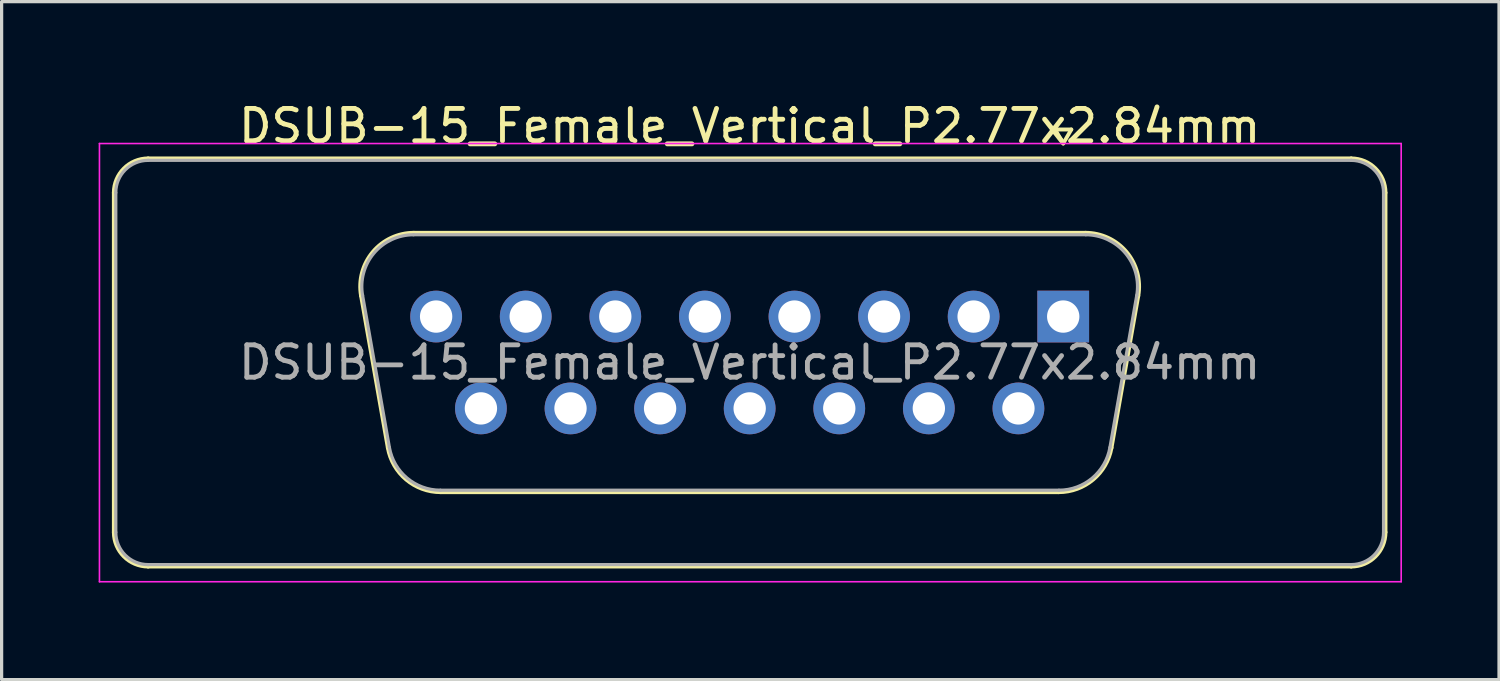
<source format=kicad_pcb>
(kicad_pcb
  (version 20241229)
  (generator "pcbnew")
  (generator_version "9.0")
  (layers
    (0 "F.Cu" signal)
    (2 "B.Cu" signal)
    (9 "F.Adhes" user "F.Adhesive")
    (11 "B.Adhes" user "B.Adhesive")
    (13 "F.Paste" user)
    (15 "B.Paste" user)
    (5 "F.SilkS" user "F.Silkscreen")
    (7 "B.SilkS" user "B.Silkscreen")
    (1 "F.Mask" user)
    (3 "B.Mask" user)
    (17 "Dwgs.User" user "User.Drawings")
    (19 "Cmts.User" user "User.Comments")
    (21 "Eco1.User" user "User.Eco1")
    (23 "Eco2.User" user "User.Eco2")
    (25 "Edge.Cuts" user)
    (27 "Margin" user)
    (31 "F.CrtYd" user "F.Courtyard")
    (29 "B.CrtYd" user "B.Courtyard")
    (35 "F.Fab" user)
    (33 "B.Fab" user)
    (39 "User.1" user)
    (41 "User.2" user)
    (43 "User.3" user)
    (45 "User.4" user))
  (footprint "DSUB-15_Female_Vertical_P2.77x2.84mm"
    (layer "F.Cu")
    (at 29.825 6.738)
    (property "Reference" "DSUB-15_Female_Vertical_P2.77x2.84mm" (at -9.695 -5.89 0) (layer "F.SilkS") (effects (font (size 1 1) (thickness 0.15))))
    (attr through_hole)
    (fp_line (start -29.355 6.67) (end -29.355 -3.83) (stroke (width 0.12) (type solid)) (layer "F.SilkS"))
    (fp_line (start -28.295 -4.89) (end 8.905 -4.89) (stroke (width 0.12) (type solid)) (layer "F.SilkS"))
    (fp_line (start -21.711 -0.642) (end -20.883 4.058) (stroke (width 0.12) (type solid)) (layer "F.SilkS"))
    (fp_line (start -20.077 -2.59) (end 0.687 -2.59) (stroke (width 0.12) (type solid)) (layer "F.SilkS"))
    (fp_line (start -19.248 5.43) (end -0.142 5.43) (stroke (width 0.12) (type solid)) (layer "F.SilkS"))
    (fp_line (start -0.25 -5.784) (end 0.25 -5.784) (stroke (width 0.12) (type solid)) (layer "F.SilkS"))
    (fp_line (start 0 -5.351) (end -0.25 -5.784) (stroke (width 0.12) (type solid)) (layer "F.SilkS"))
    (fp_line (start 0.25 -5.784) (end 0 -5.351) (stroke (width 0.12) (type solid)) (layer "F.SilkS"))
    (fp_line (start 2.321 -0.642) (end 1.493 4.058) (stroke (width 0.12) (type solid)) (layer "F.SilkS"))
    (fp_line (start 8.905 7.73) (end -28.295 7.73) (stroke (width 0.12) (type solid)) (layer "F.SilkS"))
    (fp_line (start 9.965 -3.83) (end 9.965 6.67) (stroke (width 0.12) (type solid)) (layer "F.SilkS"))
    (fp_arc (start -29.355 -3.83) (mid -29.044533 -4.579533) (end -28.295 -4.89) (stroke (width 0.12) (type solid)) (layer "F.SilkS"))
    (fp_arc (start -28.295 7.73) (mid -29.044533 7.419533) (end -29.355 6.67) (stroke (width 0.12) (type solid)) (layer "F.SilkS"))
    (fp_arc (start -21.71147 -0.641744) (mid -21.348323 -1.997028) (end -20.076689 -2.59) (stroke (width 0.12) (type solid)) (layer "F.SilkS"))
    (fp_arc (start -19.247952 5.43) (mid -20.314979 5.041634) (end -20.882733 4.058256) (stroke (width 0.12) (type solid)) (layer "F.SilkS"))
    (fp_arc (start 0.686689 -2.59) (mid 1.958323 -1.997027) (end 2.32147 -0.641744) (stroke (width 0.12) (type solid)) (layer "F.SilkS"))
    (fp_arc (start 1.492733 4.058256) (mid 0.92498 5.041634) (end -0.142048 5.43) (stroke (width 0.12) (type solid)) (layer "F.SilkS"))
    (fp_arc (start 8.905 -4.89) (mid 9.654533 -4.579533) (end 9.965 -3.83) (stroke (width 0.12) (type solid)) (layer "F.SilkS"))
    (fp_arc (start 9.965 6.67) (mid 9.654533 7.419533) (end 8.905 7.73) (stroke (width 0.12) (type solid)) (layer "F.SilkS"))
    (fp_line (start -29.8 -5.35) (end -29.8 8.2) (stroke (width 0.05) (type solid)) (layer "F.CrtYd"))
    (fp_line (start -29.8 8.2) (end 10.45 8.2) (stroke (width 0.05) (type solid)) (layer "F.CrtYd"))
    (fp_line (start 10.45 -5.35) (end -29.8 -5.35) (stroke (width 0.05) (type solid)) (layer "F.CrtYd"))
    (fp_line (start 10.45 8.2) (end 10.45 -5.35) (stroke (width 0.05) (type solid)) (layer "F.CrtYd"))
    (fp_line (start -29.295 6.67) (end -29.295 -3.83) (stroke (width 0.1) (type solid)) (layer "F.Fab"))
    (fp_line (start -28.295 -4.83) (end 8.905 -4.83) (stroke (width 0.1) (type solid)) (layer "F.Fab"))
    (fp_line (start -21.664 -0.652) (end -20.835 4.048) (stroke (width 0.1) (type solid)) (layer "F.Fab"))
    (fp_line (start -20.088 -2.53) (end 0.698 -2.53) (stroke (width 0.1) (type solid)) (layer "F.Fab"))
    (fp_line (start -19.259 5.37) (end -0.131 5.37) (stroke (width 0.1) (type solid)) (layer "F.Fab"))
    (fp_line (start 2.274 -0.652) (end 1.445 4.048) (stroke (width 0.1) (type solid)) (layer "F.Fab"))
    (fp_line (start 8.905 7.67) (end -28.295 7.67) (stroke (width 0.1) (type solid)) (layer "F.Fab"))
    (fp_line (start 9.905 -3.83) (end 9.905 6.67) (stroke (width 0.1) (type solid)) (layer "F.Fab"))
    (fp_arc (start -29.295 -3.83) (mid -29.002107 -4.537107) (end -28.295 -4.83) (stroke (width 0.1) (type solid)) (layer "F.Fab"))
    (fp_arc (start -28.295 7.67) (mid -29.002107 7.377107) (end -29.295 6.67) (stroke (width 0.1) (type solid)) (layer "F.Fab"))
    (fp_arc (start -21.663886 -0.652163) (mid -21.313865 -1.95846) (end -20.088194 -2.53) (stroke (width 0.1) (type solid)) (layer "F.Fab"))
    (fp_arc (start -19.259457 5.37) (mid -20.287917 4.995671) (end -20.835149 4.047837) (stroke (width 0.1) (type solid)) (layer "F.Fab"))
    (fp_arc (start 0.698194 -2.53) (mid 1.923865 -1.95846) (end 2.273886 -0.652163) (stroke (width 0.1) (type solid)) (layer "F.Fab"))
    (fp_arc (start 1.445149 4.047837) (mid 0.897917 4.995671) (end -0.130543 5.37) (stroke (width 0.1) (type solid)) (layer "F.Fab"))
    (fp_arc (start 8.905 -4.83) (mid 9.612107 -4.537107) (end 9.905 -3.83) (stroke (width 0.1) (type solid)) (layer "F.Fab"))
    (fp_arc (start 9.905 6.67) (mid 9.612107 7.377107) (end 8.905 7.67) (stroke (width 0.1) (type solid)) (layer "F.Fab"))
    (fp_text user "${REFERENCE}" (at -9.695 1.42 0) (layer "F.Fab") (effects (font (size 1 1) (thickness 0.15))))
    (pad "1" thru_hole rect (at 0 0) (size 1.6 1.6) (drill 1) (layers "*.Cu" "*.Mask"))
    (pad "2" thru_hole circle (at -2.77 0) (size 1.6 1.6) (drill 1) (layers "*.Cu" "*.Mask"))
    (pad "3" thru_hole circle (at -5.54 0) (size 1.6 1.6) (drill 1) (layers "*.Cu" "*.Mask"))
    (pad "4" thru_hole circle (at -8.31 0) (size 1.6 1.6) (drill 1) (layers "*.Cu" "*.Mask"))
    (pad "5" thru_hole circle (at -11.08 0) (size 1.6 1.6) (drill 1) (layers "*.Cu" "*.Mask"))
    (pad "6" thru_hole circle (at -13.85 0) (size 1.6 1.6) (drill 1) (layers "*.Cu" "*.Mask"))
    (pad "7" thru_hole circle (at -16.62 0) (size 1.6 1.6) (drill 1) (layers "*.Cu" "*.Mask"))
    (pad "8" thru_hole circle (at -19.39 0) (size 1.6 1.6) (drill 1) (layers "*.Cu" "*.Mask"))
    (pad "9" thru_hole circle (at -1.385 2.84) (size 1.6 1.6) (drill 1) (layers "*.Cu" "*.Mask"))
    (pad "10" thru_hole circle (at -4.155 2.84) (size 1.6 1.6) (drill 1) (layers "*.Cu" "*.Mask"))
    (pad "11" thru_hole circle (at -6.925 2.84) (size 1.6 1.6) (drill 1) (layers "*.Cu" "*.Mask"))
    (pad "12" thru_hole circle (at -9.695 2.84) (size 1.6 1.6) (drill 1) (layers "*.Cu" "*.Mask"))
    (pad "13" thru_hole circle (at -12.465 2.84) (size 1.6 1.6) (drill 1) (layers "*.Cu" "*.Mask"))
    (pad "14" thru_hole circle (at -15.235 2.84) (size 1.6 1.6) (drill 1) (layers "*.Cu" "*.Mask"))
    (pad "15" thru_hole circle (at -18.005 2.84) (size 1.6 1.6) (drill 1) (layers "*.Cu" "*.Mask")))
  (gr_rect
    (start -3 -3)
    (end 43.3 17.963)
    (stroke (width 0.1) (type default))
    (fill no)
    (layer "Edge.Cuts")))
</source>
